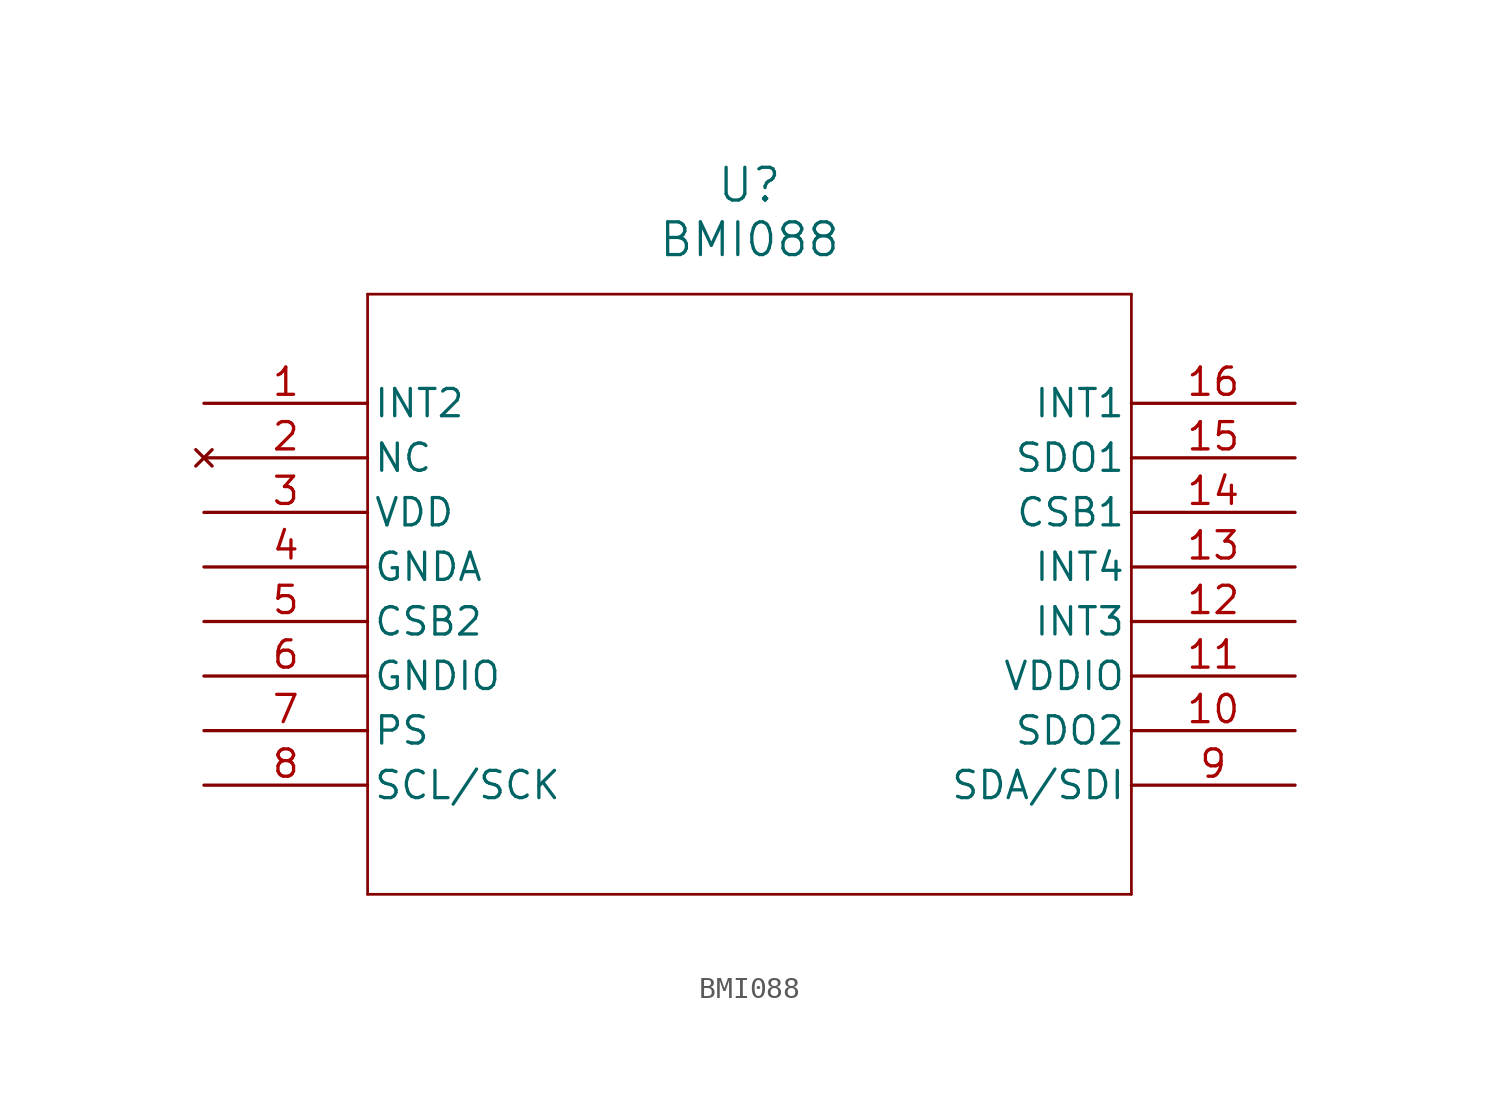
<source format=kicad_sym>
(kicad_symbol_lib
  (version 20211014)
  (generator kicad_symbol_editor)
  (symbol "BMI088"
    (pin_names
      (offset 0.254))
    (property "Reference" "U"
      (at 25.4 10.16 0)
      (effects (font (size 1.524 1.524))))
    (property "Value" "BMI088"
      (at 25.4 7.62 0)
      (effects (font (size 1.524 1.524))))
    (symbol "BMI088_0_1"
      (polyline (pts (xy 7.62 5.08) (xy 7.62 -22.86)) (stroke (width 0.127) (type default) (color 0 0 0 0)) (fill (type none)))
      (polyline (pts (xy 7.62 -22.86) (xy 43.18 -22.86)) (stroke (width 0.127) (type default) (color 0 0 0 0)) (fill (type none)))
      (polyline (pts (xy 43.18 -22.86) (xy 43.18 5.08)) (stroke (width 0.127) (type default) (color 0 0 0 0)) (fill (type none)))
      (polyline (pts (xy 43.18 5.08) (xy 7.62 5.08)) (stroke (width 0.127) (type default) (color 0 0 0 0)) (fill (type none)))
      (pin bidirectional line (at 0 0 0) (length 7.62) (name "INT2" (effects (font (size 1.27 1.27)))) (number "1" (effects (font (size 1.27 1.27)))))
      (pin no_connect line (at 0 -2.54 0) (length 7.62) (name "NC" (effects (font (size 1.27 1.27)))) (number "2" (effects (font (size 1.27 1.27)))))
      (pin power_in line (at 0 -5.08 0) (length 7.62) (name "VDD" (effects (font (size 1.27 1.27)))) (number "3" (effects (font (size 1.27 1.27)))))
      (pin power_out line (at 0 -7.62 0) (length 7.62) (name "GNDA" (effects (font (size 1.27 1.27)))) (number "4" (effects (font (size 1.27 1.27)))))
      (pin bidirectional line (at 0 -10.16 0) (length 7.62) (name "CSB2" (effects (font (size 1.27 1.27)))) (number "5" (effects (font (size 1.27 1.27)))))
      (pin power_out line (at 0 -12.7 0) (length 7.62) (name "GNDIO" (effects (font (size 1.27 1.27)))) (number "6" (effects (font (size 1.27 1.27)))))
      (pin unspecified line (at 0 -15.24 0) (length 7.62) (name "PS" (effects (font (size 1.27 1.27)))) (number "7" (effects (font (size 1.27 1.27)))))
      (pin unspecified line (at 0 -17.78 0) (length 7.62) (name "SCL/SCK" (effects (font (size 1.27 1.27)))) (number "8" (effects (font (size 1.27 1.27)))))
      (pin unspecified line (at 50.8 -17.78 180) (length 7.62) (name "SDA/SDI" (effects (font (size 1.27 1.27)))) (number "9" (effects (font (size 1.27 1.27)))))
      (pin bidirectional line (at 50.8 -15.24 180) (length 7.62) (name "SDO2" (effects (font (size 1.27 1.27)))) (number "10" (effects (font (size 1.27 1.27)))))
      (pin power_in line (at 50.8 -12.7 180) (length 7.62) (name "VDDIO" (effects (font (size 1.27 1.27)))) (number "11" (effects (font (size 1.27 1.27)))))
      (pin bidirectional line (at 50.8 -10.16 180) (length 7.62) (name "INT3" (effects (font (size 1.27 1.27)))) (number "12" (effects (font (size 1.27 1.27)))))
      (pin bidirectional line (at 50.8 -7.62 180) (length 7.62) (name "INT4" (effects (font (size 1.27 1.27)))) (number "13" (effects (font (size 1.27 1.27)))))
      (pin bidirectional line (at 50.8 -5.08 180) (length 7.62) (name "CSB1" (effects (font (size 1.27 1.27)))) (number "14" (effects (font (size 1.27 1.27)))))
      (pin bidirectional line (at 50.8 -2.54 180) (length 7.62) (name "SDO1" (effects (font (size 1.27 1.27)))) (number "15" (effects (font (size 1.27 1.27)))))
      (pin bidirectional line (at 50.8 0 180) (length 7.62) (name "INT1" (effects (font (size 1.27 1.27)))) (number "16" (effects (font (size 1.27 1.27))))))))
</source>
